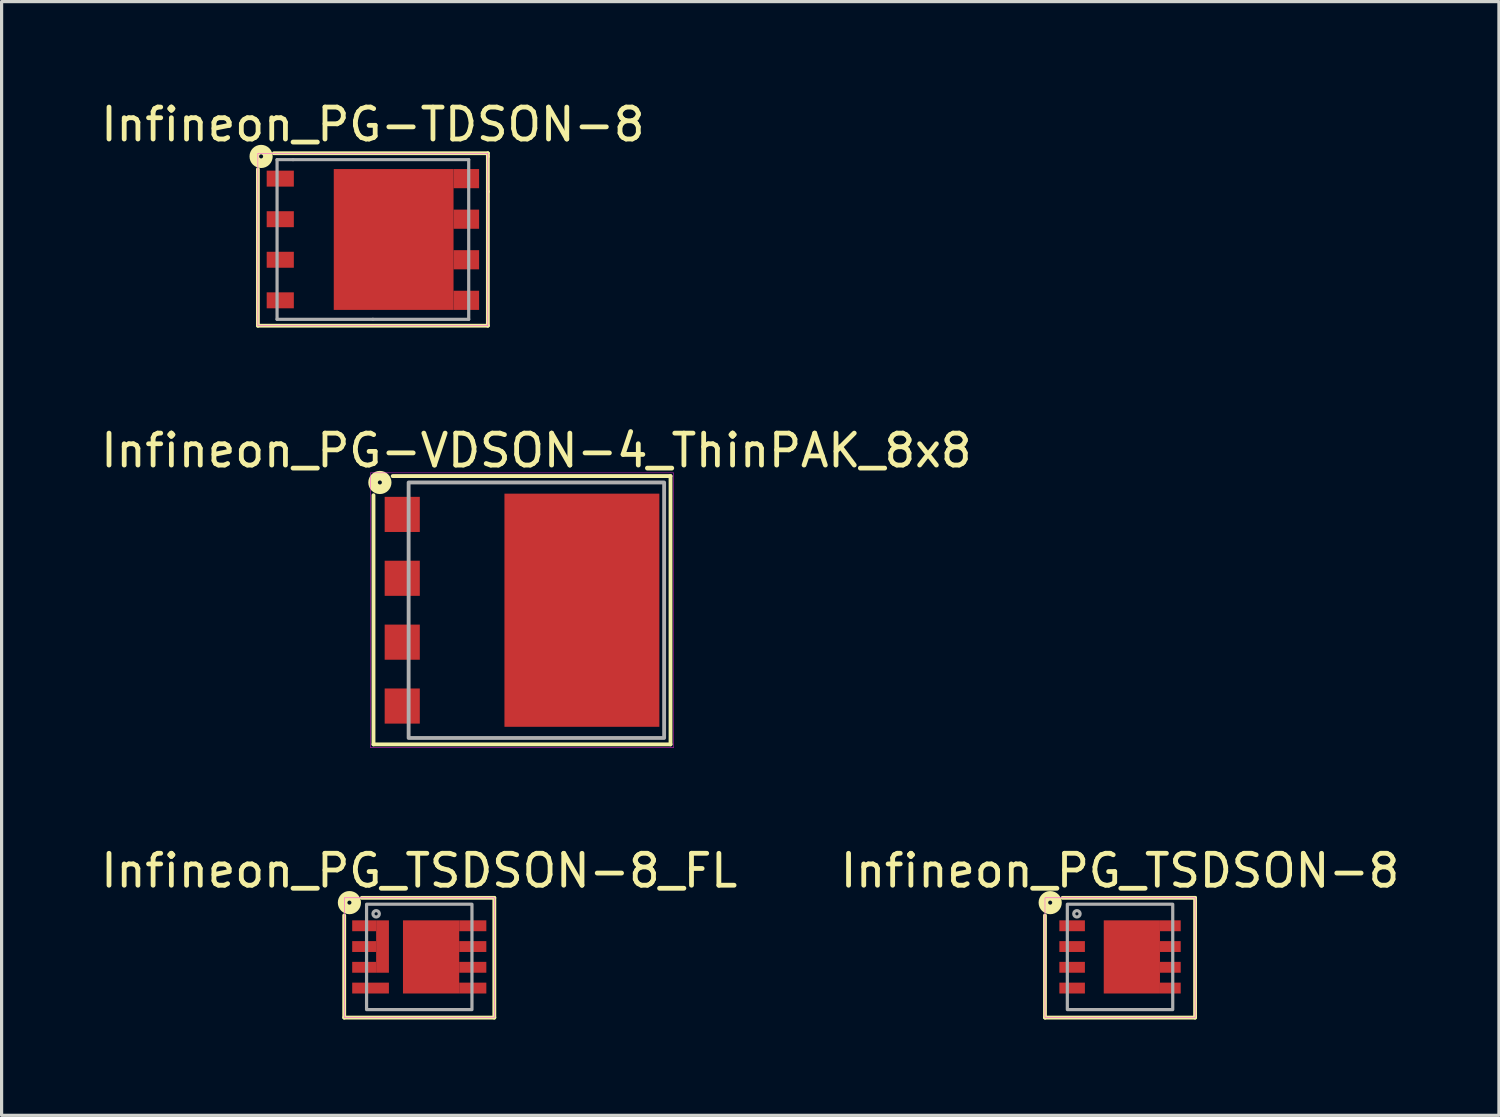
<source format=kicad_pcb>
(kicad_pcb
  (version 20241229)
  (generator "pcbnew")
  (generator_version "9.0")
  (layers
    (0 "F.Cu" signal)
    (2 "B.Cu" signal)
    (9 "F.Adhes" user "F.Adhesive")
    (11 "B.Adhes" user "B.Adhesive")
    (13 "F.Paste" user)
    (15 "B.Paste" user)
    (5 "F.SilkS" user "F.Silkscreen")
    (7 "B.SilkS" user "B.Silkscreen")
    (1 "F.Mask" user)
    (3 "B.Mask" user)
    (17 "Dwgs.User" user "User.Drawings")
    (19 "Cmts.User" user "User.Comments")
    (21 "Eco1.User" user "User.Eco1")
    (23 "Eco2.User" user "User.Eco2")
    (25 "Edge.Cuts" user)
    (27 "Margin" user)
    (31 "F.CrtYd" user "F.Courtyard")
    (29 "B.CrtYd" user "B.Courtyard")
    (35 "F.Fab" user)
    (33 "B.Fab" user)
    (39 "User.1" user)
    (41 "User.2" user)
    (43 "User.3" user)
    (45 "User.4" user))
  (footprint "Infineon_PG-VDSON-4_ThinPAK_8x8"
    (layer "F.Cu")
    (at 13.744 16.056)
    (property "Reference" "Infineon_PG-VDSON-4_ThinPAK_8x8" (at 0 -5 0) (unlocked yes) (layer "F.SilkS") (effects (font (size 1 1) (thickness 0.15))))
    (fp_line (start -5.1 -3.6) (end -5.1 4.2) (stroke (width 0.12) (type solid)) (layer "F.SilkS"))
    (fp_line (start -5.1 4.2) (end 4.2 4.2) (stroke (width 0.12) (type solid)) (layer "F.SilkS"))
    (fp_line (start 4.2 -4.2) (end -4.5 -4.2) (stroke (width 0.12) (type solid)) (layer "F.SilkS"))
    (fp_line (start 4.2 4.2) (end 4.2 -4.2) (stroke (width 0.12) (type solid)) (layer "F.SilkS"))
    (fp_circle (center -4.9 -4) (end -4.837 -4) (stroke (width 0.3) (type solid)) (fill no) (layer "F.SilkS"))
    (fp_rect (start -0.8 -3.5) (end 0.2 -2.5) (stroke (width 0) (type solid)) (fill yes) (layer "F.Paste"))
    (fp_rect (start -0.8 -1.5) (end 0.2 -0.5) (stroke (width 0) (type solid)) (fill yes) (layer "F.Paste"))
    (fp_rect (start -0.8 0.5) (end 0.2 1.5) (stroke (width 0) (type solid)) (fill yes) (layer "F.Paste"))
    (fp_rect (start -0.8 2.5) (end 0.2 3.5) (stroke (width 0) (type solid)) (fill yes) (layer "F.Paste"))
    (fp_rect (start 0.95 -3.5) (end 1.95 -2.5) (stroke (width 0) (type solid)) (fill yes) (layer "F.Paste"))
    (fp_rect (start 0.95 -1.5) (end 1.95 -0.5) (stroke (width 0) (type solid)) (fill yes) (layer "F.Paste"))
    (fp_rect (start 0.95 0.5) (end 1.95 1.5) (stroke (width 0) (type solid)) (fill yes) (layer "F.Paste"))
    (fp_rect (start 0.95 2.5) (end 1.95 3.5) (stroke (width 0) (type solid)) (fill yes) (layer "F.Paste"))
    (fp_rect (start 2.7 -3.5) (end 3.7 -2.5) (stroke (width 0) (type solid)) (fill yes) (layer "F.Paste"))
    (fp_rect (start 2.7 -1.5) (end 3.7 -0.5) (stroke (width 0) (type solid)) (fill yes) (layer "F.Paste"))
    (fp_rect (start 2.7 0.5) (end 3.7 1.5) (stroke (width 0) (type solid)) (fill yes) (layer "F.Paste"))
    (fp_rect (start 2.7 2.5) (end 3.7 3.5) (stroke (width 0) (type solid)) (fill yes) (layer "F.Paste"))
    (fp_rect (start -5.2 -4.3) (end 4.3 4.3) (stroke (width 0.013) (type solid)) (fill no) (layer "F.CrtYd"))
    (fp_rect (start -4 -4) (end 4 4) (stroke (width 0.12) (type solid)) (fill no) (layer "F.Fab"))
    (pad "1" smd rect (at -4.2 -3) (size 1.1 1.1) (layers "F.Cu" "F.Mask" "F.Paste"))
    (pad "2" smd rect (at -4.2 -1) (size 1.1 1.1) (layers "F.Cu" "F.Mask" "F.Paste"))
    (pad "3" smd rect (at -4.2 1) (size 1.1 1.1) (layers "F.Cu" "F.Mask" "F.Paste"))
    (pad "4" smd rect (at -4.2 3) (size 1.1 1.1) (layers "F.Cu" "F.Mask" "F.Paste"))
    (pad "5" smd rect (at 1.425 0) (size 4.85 7.3) (layers "F.Cu" "F.Mask")))
  (footprint "Infineon_PG_TSDSON-8_FL"
    (layer "F.Cu")
    (at 10.077 26.911)
    (property "Reference" "Infineon_PG_TSDSON-8_FL" (at 0 -2.7 0) (unlocked yes) (layer "F.SilkS") (effects (font (size 1 1) (thickness 0.15))))
    (fp_line (start -2.35 -1.3) (end -2.35 1.9) (stroke (width 0.12) (type solid)) (layer "F.SilkS"))
    (fp_line (start -2.35 1.9) (end 2.35 1.9) (stroke (width 0.12) (type solid)) (layer "F.SilkS"))
    (fp_line (start 2.35 -1.85) (end -1.8 -1.85) (stroke (width 0.12) (type solid)) (layer "F.SilkS"))
    (fp_line (start 2.35 1.9) (end 2.35 -1.85) (stroke (width 0.12) (type solid)) (layer "F.SilkS"))
    (fp_circle (center -2.187 -1.7) (end -2.187 -1.637) (stroke (width 0.3) (type solid)) (fill no) (layer "F.SilkS"))
    (fp_rect (start -2.05 -1.095) (end -1.51 -0.855) (stroke (width 0) (type solid)) (fill yes) (layer "F.Paste"))
    (fp_rect (start -2.05 -0.445) (end -1.51 -0.205) (stroke (width 0) (type solid)) (fill yes) (layer "F.Paste"))
    (fp_rect (start -2.05 0.205) (end -1.51 0.445) (stroke (width 0) (type solid)) (fill yes) (layer "F.Paste"))
    (fp_rect (start -0.355 -0.545) (end 0.92 0.545) (stroke (width 0) (type solid)) (fill yes) (layer "F.Paste"))
    (fp_rect (start 0.92 -1.095) (end -0.355 -0.855) (stroke (width 0) (type solid)) (fill yes) (layer "F.Paste"))
    (fp_rect (start 0.92 0.855) (end -0.355 1.095) (stroke (width 0) (type solid)) (fill yes) (layer "F.Paste"))
    (fp_rect (start -2.35 -1.85) (end 2.35 1.9) (stroke (width 0.013) (type solid)) (fill no) (layer "F.CrtYd"))
    (fp_rect (start -1.65 -1.65) (end 1.65 1.65) (stroke (width 0.1) (type solid)) (fill no) (layer "F.Fab"))
    (fp_circle (center -1.35 -1.35) (end -1.25 -1.35) (stroke (width 0.1) (type solid)) (fill no) (layer "F.Fab"))
    (pad "1" smd rect (at -1.725 -0.975) (size 0.75 0.34) (layers "F.Cu" "F.Mask"))
    (pad "1" smd rect (at -1.725 -0.325) (size 0.75 0.34) (layers "F.Cu" "F.Mask"))
    (pad "1" smd rect (at -1.725 0.325) (size 0.75 0.34) (layers "F.Cu" "F.Mask"))
    (pad "1" smd rect (at -1.15 -0.325) (size 0.4 1.64) (layers "F.Cu" "F.Mask" "F.Paste"))
    (pad "2" smd rect (at -1.525 0.975) (size 1.15 0.34) (layers "F.Cu" "F.Mask" "F.Paste"))
    (pad "3" smd rect (at 0.37 0) (size 1.76 2.29) (layers "F.Cu" "F.Mask"))
    (pad "3" smd rect (at 1.675 -0.975) (size 0.85 0.34) (layers "F.Cu" "F.Mask" "F.Paste"))
    (pad "3" smd rect (at 1.675 -0.325) (size 0.85 0.34) (layers "F.Cu" "F.Mask" "F.Paste"))
    (pad "3" smd rect (at 1.675 0.325) (size 0.85 0.34) (layers "F.Cu" "F.Mask" "F.Paste"))
    (pad "3" smd rect (at 1.675 0.975) (size 0.85 0.34) (layers "F.Cu" "F.Mask" "F.Paste")))
  (footprint "Infineon_PG-TDSON-8"
    (layer "F.Cu")
    (at 8.625 4.448)
    (property "Reference" "Infineon_PG-TDSON-8" (at 0 -3.6 0) (unlocked yes) (layer "F.SilkS") (effects (font (size 1 1) (thickness 0.15))))
    (fp_line (start -3.6 -2.2) (end -3.6 2.7) (stroke (width 0.12) (type solid)) (layer "F.SilkS"))
    (fp_line (start -3.6 2.7) (end 3.6 2.7) (stroke (width 0.12) (type solid)) (layer "F.SilkS"))
    (fp_line (start 3.6 -2.7) (end -3.1 -2.7) (stroke (width 0.12) (type solid)) (layer "F.SilkS"))
    (fp_line (start 3.6 -2.6) (end 3.6 -2.7) (stroke (width 0.12) (type solid)) (layer "F.SilkS"))
    (fp_line (start 3.6 -2.6) (end 3.6 -1.5) (stroke (width 0.12) (type solid)) (layer "F.SilkS"))
    (fp_line (start 3.6 2.7) (end 3.6 -1.5) (stroke (width 0.12) (type solid)) (layer "F.SilkS"))
    (fp_circle (center -3.5 -2.6) (end -3.5 -2.537) (stroke (width 0.3) (type solid)) (fill no) (layer "F.SilkS"))
    (fp_rect (start -0.95 -1.6) (end 0.55 -0.1) (stroke (width 0) (type solid)) (fill yes) (layer "F.Paste"))
    (fp_rect (start -0.95 0.1) (end 0.55 1.6) (stroke (width 0) (type solid)) (fill yes) (layer "F.Paste"))
    (fp_rect (start 0.75 -1.6) (end 2.25 -0.1) (stroke (width 0) (type solid)) (fill yes) (layer "F.Paste"))
    (fp_rect (start 0.75 0.1) (end 2.25 1.6) (stroke (width 0) (type solid)) (fill yes) (layer "F.Paste"))
    (fp_rect (start -3.6 -2.7) (end 3.6 2.7) (stroke (width 0.013) (type solid)) (fill no) (layer "F.CrtYd"))
    (fp_line (start -3 -2.5) (end -3 2.5) (stroke (width 0.1) (type solid)) (layer "F.Fab"))
    (fp_line (start -3 2.5) (end 0 2.5) (stroke (width 0.1) (type solid)) (layer "F.Fab"))
    (fp_line (start -2.5 -2.5) (end -3 -2.5) (stroke (width 0.1) (type solid)) (layer "F.Fab"))
    (fp_line (start 0 2.5) (end 3 2.5) (stroke (width 0.1) (type solid)) (layer "F.Fab"))
    (fp_line (start 3 -2.5) (end -2.5 -2.5) (stroke (width 0.1) (type solid)) (layer "F.Fab"))
    (fp_line (start 3 2.5) (end 3 -2.5) (stroke (width 0.1) (type solid)) (layer "F.Fab"))
    (pad "1" smd rect (at -2.9 -1.905 270) (size 0.5 0.85) (layers "F.Cu" "F.Mask" "F.Paste"))
    (pad "2" smd rect (at -2.9 -0.635 270) (size 0.5 0.85) (layers "F.Cu" "F.Mask" "F.Paste"))
    (pad "3" smd rect (at -2.9 0.635 270) (size 0.5 0.85) (layers "F.Cu" "F.Mask" "F.Paste"))
    (pad "4" smd rect (at -2.9 1.905 270) (size 0.5 0.85) (layers "F.Cu" "F.Mask" "F.Paste"))
    (pad "5" smd rect (at 0.65 0 270) (size 4.41 3.75) (layers "F.Cu" "F.Mask"))
    (pad "5" smd rect (at 2.925 -1.905 270) (size 0.6 0.8) (layers "F.Cu" "F.Mask" "F.Paste"))
    (pad "5" smd rect (at 2.925 -0.635 270) (size 0.6 0.8) (layers "F.Cu" "F.Mask" "F.Paste"))
    (pad "5" smd rect (at 2.925 0.635 270) (size 0.6 0.8) (layers "F.Cu" "F.Mask" "F.Paste"))
    (pad "5" smd rect (at 2.925 1.905 270) (size 0.6 0.8) (layers "F.Cu" "F.Mask" "F.Paste")))
  (footprint "Infineon_PG_TSDSON-8"
    (layer "F.Cu")
    (at 32.018 26.911)
    (property "Reference" "Infineon_PG_TSDSON-8" (at 0 -2.7 0) (unlocked yes) (layer "F.SilkS") (effects (font (size 1 1) (thickness 0.15))))
    (fp_line (start -2.35 -1.3) (end -2.35 1.9) (stroke (width 0.12) (type solid)) (layer "F.SilkS"))
    (fp_line (start -2.35 1.9) (end 2.35 1.9) (stroke (width 0.12) (type solid)) (layer "F.SilkS"))
    (fp_line (start 2.35 -1.85) (end -1.8 -1.85) (stroke (width 0.12) (type solid)) (layer "F.SilkS"))
    (fp_line (start 2.35 1.9) (end 2.35 -1.85) (stroke (width 0.12) (type solid)) (layer "F.SilkS"))
    (fp_circle (center -2.187 -1.7) (end -2.187 -1.637) (stroke (width 0.3) (type solid)) (fill no) (layer "F.SilkS"))
    (fp_rect (start -0.35 -0.545) (end 1.05 0.545) (stroke (width 0) (type solid)) (fill yes) (layer "F.Paste"))
    (fp_rect (start 1.05 -1.095) (end -0.35 -0.855) (stroke (width 0) (type solid)) (fill yes) (layer "F.Paste"))
    (fp_rect (start 1.05 0.855) (end -0.35 1.095) (stroke (width 0) (type solid)) (fill yes) (layer "F.Paste"))
    (fp_rect (start -2.35 -1.85) (end 2.35 1.9) (stroke (width 0.013) (type solid)) (fill no) (layer "F.CrtYd"))
    (fp_rect (start -1.65 -1.65) (end 1.65 1.65) (stroke (width 0.1) (type solid)) (fill no) (layer "F.Fab"))
    (fp_circle (center -1.35 -1.35) (end -1.25 -1.35) (stroke (width 0.1) (type solid)) (fill no) (layer "F.Fab"))
    (pad "1" smd rect (at -1.5 -0.975) (size 0.8 0.34) (layers "F.Cu" "F.Mask" "F.Paste"))
    (pad "2" smd rect (at -1.5 -0.325) (size 0.8 0.34) (layers "F.Cu" "F.Mask" "F.Paste"))
    (pad "3" smd rect (at -1.5 0.325) (size 0.8 0.34) (layers "F.Cu" "F.Mask" "F.Paste"))
    (pad "4" smd rect (at -1.5 0.975) (size 0.8 0.34) (layers "F.Cu" "F.Mask" "F.Paste"))
    (pad "5" smd rect (at 0.37 0) (size 1.76 2.29) (layers "F.Cu" "F.Mask"))
    (pad "5" smd rect (at 1.575 -0.975) (size 0.65 0.34) (layers "F.Cu" "F.Mask" "F.Paste"))
    (pad "5" smd rect (at 1.575 -0.325) (size 0.65 0.34) (layers "F.Cu" "F.Mask" "F.Paste"))
    (pad "5" smd rect (at 1.575 0.325) (size 0.65 0.34) (layers "F.Cu" "F.Mask" "F.Paste"))
    (pad "5" smd rect (at 1.575 0.975) (size 0.65 0.34) (layers "F.Cu" "F.Mask" "F.Paste")))
  (gr_rect
    (start -3 -3)
    (end 43.881 31.871)
    (stroke (width 0.1) (type default))
    (fill no)
    (layer "Edge.Cuts")))
</source>
